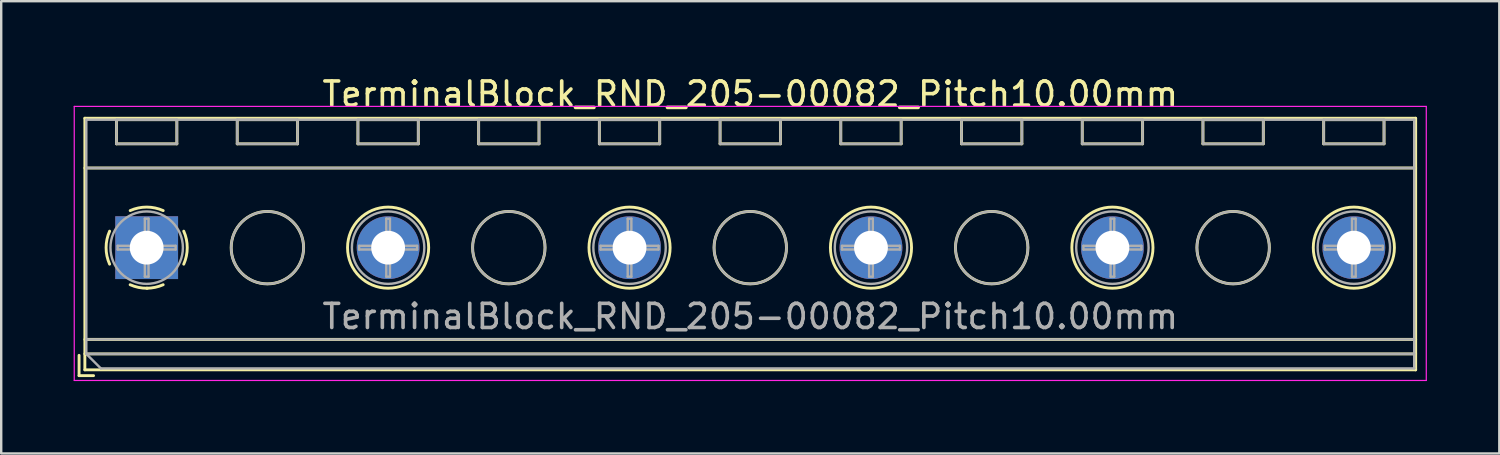
<source format=kicad_pcb>
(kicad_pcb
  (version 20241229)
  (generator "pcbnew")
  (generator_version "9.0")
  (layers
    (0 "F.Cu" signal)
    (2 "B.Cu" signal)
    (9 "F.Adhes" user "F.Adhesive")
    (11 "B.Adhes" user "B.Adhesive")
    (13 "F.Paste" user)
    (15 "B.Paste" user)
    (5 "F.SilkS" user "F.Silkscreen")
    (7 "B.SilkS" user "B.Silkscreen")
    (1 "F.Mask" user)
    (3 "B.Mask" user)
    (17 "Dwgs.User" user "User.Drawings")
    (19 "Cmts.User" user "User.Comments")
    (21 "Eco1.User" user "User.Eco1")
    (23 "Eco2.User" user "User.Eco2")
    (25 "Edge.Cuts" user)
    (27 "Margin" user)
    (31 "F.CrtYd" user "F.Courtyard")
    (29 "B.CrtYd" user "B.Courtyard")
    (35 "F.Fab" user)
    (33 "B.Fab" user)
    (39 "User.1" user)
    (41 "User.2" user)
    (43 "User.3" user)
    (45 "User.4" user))
  (footprint "TerminalBlock_RND_205-00082_Pitch10.00mm"
    (layer "F.Cu")
    (at 3.025 7.208)
    (property "Reference" "TerminalBlock_RND_205-00082_Pitch10.00mm" (at 25 -6.36 0) (layer "F.SilkS") (effects (font (size 1 1) (thickness 0.15))))
    (attr through_hole)
    (fp_line (start -2.8 4.46) (end -2.8 5.3) (stroke (width 0.12) (type solid)) (layer "F.SilkS"))
    (fp_line (start -2.8 5.3) (end -2.2 5.3) (stroke (width 0.12) (type solid)) (layer "F.SilkS"))
    (fp_line (start -2.56 -5.36) (end -2.56 5.06) (stroke (width 0.12) (type solid)) (layer "F.SilkS"))
    (fp_line (start -2.56 -3.3) (end 52.56 -3.3) (stroke (width 0.12) (type solid)) (layer "F.SilkS"))
    (fp_line (start -2.56 3.8) (end 52.56 3.8) (stroke (width 0.12) (type solid)) (layer "F.SilkS"))
    (fp_line (start -2.56 4.4) (end 52.56 4.4) (stroke (width 0.12) (type solid)) (layer "F.SilkS"))
    (fp_line (start -2.56 5.06) (end 52.56 5.06) (stroke (width 0.12) (type solid)) (layer "F.SilkS"))
    (fp_line (start -1.25 -5.301) (end -1.25 -4.301) (stroke (width 0.12) (type solid)) (layer "F.SilkS"))
    (fp_line (start -1.25 -5.301) (end 1.25 -5.301) (stroke (width 0.12) (type solid)) (layer "F.SilkS"))
    (fp_line (start -1.25 -4.301) (end 1.25 -4.301) (stroke (width 0.12) (type solid)) (layer "F.SilkS"))
    (fp_line (start 1.25 -5.301) (end 1.25 -4.301) (stroke (width 0.12) (type solid)) (layer "F.SilkS"))
    (fp_line (start 3.75 -5.301) (end 3.75 -4.301) (stroke (width 0.12) (type solid)) (layer "F.SilkS"))
    (fp_line (start 3.75 -5.301) (end 6.25 -5.301) (stroke (width 0.12) (type solid)) (layer "F.SilkS"))
    (fp_line (start 3.75 -4.301) (end 6.25 -4.301) (stroke (width 0.12) (type solid)) (layer "F.SilkS"))
    (fp_line (start 6.25 -5.301) (end 6.25 -4.301) (stroke (width 0.12) (type solid)) (layer "F.SilkS"))
    (fp_line (start 8.75 -5.301) (end 8.75 -4.301) (stroke (width 0.12) (type solid)) (layer "F.SilkS"))
    (fp_line (start 8.75 -5.301) (end 11.25 -5.301) (stroke (width 0.12) (type solid)) (layer "F.SilkS"))
    (fp_line (start 8.75 -4.301) (end 11.25 -4.301) (stroke (width 0.12) (type solid)) (layer "F.SilkS"))
    (fp_line (start 11.25 -5.301) (end 11.25 -4.301) (stroke (width 0.12) (type solid)) (layer "F.SilkS"))
    (fp_line (start 13.75 -5.301) (end 13.75 -4.301) (stroke (width 0.12) (type solid)) (layer "F.SilkS"))
    (fp_line (start 13.75 -5.301) (end 16.25 -5.301) (stroke (width 0.12) (type solid)) (layer "F.SilkS"))
    (fp_line (start 13.75 -4.301) (end 16.25 -4.301) (stroke (width 0.12) (type solid)) (layer "F.SilkS"))
    (fp_line (start 16.25 -5.301) (end 16.25 -4.301) (stroke (width 0.12) (type solid)) (layer "F.SilkS"))
    (fp_line (start 18.75 -5.301) (end 18.75 -4.301) (stroke (width 0.12) (type solid)) (layer "F.SilkS"))
    (fp_line (start 18.75 -5.301) (end 21.25 -5.301) (stroke (width 0.12) (type solid)) (layer "F.SilkS"))
    (fp_line (start 18.75 -4.301) (end 21.25 -4.301) (stroke (width 0.12) (type solid)) (layer "F.SilkS"))
    (fp_line (start 21.25 -5.301) (end 21.25 -4.301) (stroke (width 0.12) (type solid)) (layer "F.SilkS"))
    (fp_line (start 23.75 -5.301) (end 23.75 -4.301) (stroke (width 0.12) (type solid)) (layer "F.SilkS"))
    (fp_line (start 23.75 -5.301) (end 26.25 -5.301) (stroke (width 0.12) (type solid)) (layer "F.SilkS"))
    (fp_line (start 23.75 -4.301) (end 26.25 -4.301) (stroke (width 0.12) (type solid)) (layer "F.SilkS"))
    (fp_line (start 26.25 -5.301) (end 26.25 -4.301) (stroke (width 0.12) (type solid)) (layer "F.SilkS"))
    (fp_line (start 28.75 -5.301) (end 28.75 -4.301) (stroke (width 0.12) (type solid)) (layer "F.SilkS"))
    (fp_line (start 28.75 -5.301) (end 31.25 -5.301) (stroke (width 0.12) (type solid)) (layer "F.SilkS"))
    (fp_line (start 28.75 -4.301) (end 31.25 -4.301) (stroke (width 0.12) (type solid)) (layer "F.SilkS"))
    (fp_line (start 31.25 -5.301) (end 31.25 -4.301) (stroke (width 0.12) (type solid)) (layer "F.SilkS"))
    (fp_line (start 33.75 -5.301) (end 33.75 -4.301) (stroke (width 0.12) (type solid)) (layer "F.SilkS"))
    (fp_line (start 33.75 -5.301) (end 36.25 -5.301) (stroke (width 0.12) (type solid)) (layer "F.SilkS"))
    (fp_line (start 33.75 -4.301) (end 36.25 -4.301) (stroke (width 0.12) (type solid)) (layer "F.SilkS"))
    (fp_line (start 36.25 -5.301) (end 36.25 -4.301) (stroke (width 0.12) (type solid)) (layer "F.SilkS"))
    (fp_line (start 38.75 -5.301) (end 38.75 -4.301) (stroke (width 0.12) (type solid)) (layer "F.SilkS"))
    (fp_line (start 38.75 -5.301) (end 41.25 -5.301) (stroke (width 0.12) (type solid)) (layer "F.SilkS"))
    (fp_line (start 38.75 -4.301) (end 41.25 -4.301) (stroke (width 0.12) (type solid)) (layer "F.SilkS"))
    (fp_line (start 41.25 -5.301) (end 41.25 -4.301) (stroke (width 0.12) (type solid)) (layer "F.SilkS"))
    (fp_line (start 43.75 -5.301) (end 43.75 -4.301) (stroke (width 0.12) (type solid)) (layer "F.SilkS"))
    (fp_line (start 43.75 -5.301) (end 46.25 -5.301) (stroke (width 0.12) (type solid)) (layer "F.SilkS"))
    (fp_line (start 43.75 -4.301) (end 46.25 -4.301) (stroke (width 0.12) (type solid)) (layer "F.SilkS"))
    (fp_line (start 46.25 -5.301) (end 46.25 -4.301) (stroke (width 0.12) (type solid)) (layer "F.SilkS"))
    (fp_line (start 48.75 -5.301) (end 48.75 -4.301) (stroke (width 0.12) (type solid)) (layer "F.SilkS"))
    (fp_line (start 48.75 -5.301) (end 51.25 -5.301) (stroke (width 0.12) (type solid)) (layer "F.SilkS"))
    (fp_line (start 48.75 -4.301) (end 51.25 -4.301) (stroke (width 0.12) (type solid)) (layer "F.SilkS"))
    (fp_line (start 51.25 -5.301) (end 51.25 -4.301) (stroke (width 0.12) (type solid)) (layer "F.SilkS"))
    (fp_line (start 52.56 -5.36) (end -2.56 -5.36) (stroke (width 0.12) (type solid)) (layer "F.SilkS"))
    (fp_line (start 52.56 5.06) (end 52.56 -5.36) (stroke (width 0.12) (type solid)) (layer "F.SilkS"))
    (fp_arc (start -1.535427 0.683042) (mid -1.680501 -0.000524) (end -1.535 -0.684) (stroke (width 0.12) (type solid)) (layer "F.SilkS"))
    (fp_arc (start -0.683042 -1.535427) (mid 0.000524 -1.680501) (end 0.684 -1.535) (stroke (width 0.12) (type solid)) (layer "F.SilkS"))
    (fp_arc (start 0.028805 1.680253) (mid -0.335551 1.646659) (end -0.684 1.535) (stroke (width 0.12) (type solid)) (layer "F.SilkS"))
    (fp_arc (start 0.683318 1.534756) (mid 0.349292 1.643288) (end 0 1.68) (stroke (width 0.12) (type solid)) (layer "F.SilkS"))
    (fp_arc (start 1.535427 -0.683042) (mid 1.680501 0.000524) (end 1.535 0.684) (stroke (width 0.12) (type solid)) (layer "F.SilkS"))
    (fp_circle (center 5 0) (end 6.5 0) (stroke (width 0.12) (type solid)) (fill no) (layer "F.SilkS"))
    (fp_circle (center 10 0) (end 11.68 0) (stroke (width 0.12) (type solid)) (fill no) (layer "F.SilkS"))
    (fp_circle (center 15 0) (end 16.5 0) (stroke (width 0.12) (type solid)) (fill no) (layer "F.SilkS"))
    (fp_circle (center 20 0) (end 21.68 0) (stroke (width 0.12) (type solid)) (fill no) (layer "F.SilkS"))
    (fp_circle (center 25 0) (end 26.5 0) (stroke (width 0.12) (type solid)) (fill no) (layer "F.SilkS"))
    (fp_circle (center 30 0) (end 31.68 0) (stroke (width 0.12) (type solid)) (fill no) (layer "F.SilkS"))
    (fp_circle (center 35 0) (end 36.5 0) (stroke (width 0.12) (type solid)) (fill no) (layer "F.SilkS"))
    (fp_circle (center 40 0) (end 41.68 0) (stroke (width 0.12) (type solid)) (fill no) (layer "F.SilkS"))
    (fp_circle (center 45 0) (end 46.5 0) (stroke (width 0.12) (type solid)) (fill no) (layer "F.SilkS"))
    (fp_circle (center 50 0) (end 51.68 0) (stroke (width 0.12) (type solid)) (fill no) (layer "F.SilkS"))
    (fp_line (start -3 -5.85) (end -3 5.5) (stroke (width 0.05) (type solid)) (layer "F.CrtYd"))
    (fp_line (start -3 5.5) (end 53 5.5) (stroke (width 0.05) (type solid)) (layer "F.CrtYd"))
    (fp_line (start 53 -5.85) (end -3 -5.85) (stroke (width 0.05) (type solid)) (layer "F.CrtYd"))
    (fp_line (start 53 5.5) (end 53 -5.85) (stroke (width 0.05) (type solid)) (layer "F.CrtYd"))
    (fp_line (start -2.5 -5.3) (end 52.5 -5.3) (stroke (width 0.1) (type solid)) (layer "F.Fab"))
    (fp_line (start -2.5 -3.3) (end 52.5 -3.3) (stroke (width 0.1) (type solid)) (layer "F.Fab"))
    (fp_line (start -2.5 3.8) (end 52.5 3.8) (stroke (width 0.1) (type solid)) (layer "F.Fab"))
    (fp_line (start -2.5 4.4) (end -2.5 -5.3) (stroke (width 0.1) (type solid)) (layer "F.Fab"))
    (fp_line (start -2.5 4.4) (end 52.5 4.4) (stroke (width 0.1) (type solid)) (layer "F.Fab"))
    (fp_line (start -1.9 5) (end -2.5 4.4) (stroke (width 0.1) (type solid)) (layer "F.Fab"))
    (fp_line (start -1.25 -5.3) (end -1.25 -4.3) (stroke (width 0.1) (type solid)) (layer "F.Fab"))
    (fp_line (start -1.25 -4.3) (end 1.25 -4.3) (stroke (width 0.1) (type solid)) (layer "F.Fab"))
    (fp_line (start -1.201 -0.076) (end -0.076 -0.076) (stroke (width 0.1) (type solid)) (layer "F.Fab"))
    (fp_line (start -1.201 0.076) (end -1.201 -0.076) (stroke (width 0.1) (type solid)) (layer "F.Fab"))
    (fp_line (start -0.076 -1.201) (end 0.076 -1.201) (stroke (width 0.1) (type solid)) (layer "F.Fab"))
    (fp_line (start -0.076 -0.076) (end -0.076 -1.201) (stroke (width 0.1) (type solid)) (layer "F.Fab"))
    (fp_line (start -0.076 0.076) (end -1.201 0.076) (stroke (width 0.1) (type solid)) (layer "F.Fab"))
    (fp_line (start -0.076 1.201) (end -0.076 0.076) (stroke (width 0.1) (type solid)) (layer "F.Fab"))
    (fp_line (start 0.076 -1.201) (end 0.076 -0.076) (stroke (width 0.1) (type solid)) (layer "F.Fab"))
    (fp_line (start 0.076 -0.076) (end 1.201 -0.076) (stroke (width 0.1) (type solid)) (layer "F.Fab"))
    (fp_line (start 0.076 0.076) (end 0.076 1.201) (stroke (width 0.1) (type solid)) (layer "F.Fab"))
    (fp_line (start 0.076 1.201) (end -0.076 1.201) (stroke (width 0.1) (type solid)) (layer "F.Fab"))
    (fp_line (start 1.201 -0.076) (end 1.201 0.076) (stroke (width 0.1) (type solid)) (layer "F.Fab"))
    (fp_line (start 1.201 0.076) (end 0.076 0.076) (stroke (width 0.1) (type solid)) (layer "F.Fab"))
    (fp_line (start 1.25 -5.3) (end -1.25 -5.3) (stroke (width 0.1) (type solid)) (layer "F.Fab"))
    (fp_line (start 1.25 -4.3) (end 1.25 -5.3) (stroke (width 0.1) (type solid)) (layer "F.Fab"))
    (fp_line (start 3.75 -5.3) (end 3.75 -4.3) (stroke (width 0.1) (type solid)) (layer "F.Fab"))
    (fp_line (start 3.75 -4.3) (end 6.25 -4.3) (stroke (width 0.1) (type solid)) (layer "F.Fab"))
    (fp_line (start 6.25 -5.3) (end 3.75 -5.3) (stroke (width 0.1) (type solid)) (layer "F.Fab"))
    (fp_line (start 6.25 -4.3) (end 6.25 -5.3) (stroke (width 0.1) (type solid)) (layer "F.Fab"))
    (fp_line (start 8.75 -5.3) (end 8.75 -4.3) (stroke (width 0.1) (type solid)) (layer "F.Fab"))
    (fp_line (start 8.75 -4.3) (end 11.25 -4.3) (stroke (width 0.1) (type solid)) (layer "F.Fab"))
    (fp_line (start 8.799 -0.076) (end 9.924 -0.076) (stroke (width 0.1) (type solid)) (layer "F.Fab"))
    (fp_line (start 8.799 0.076) (end 8.799 -0.076) (stroke (width 0.1) (type solid)) (layer "F.Fab"))
    (fp_line (start 9.924 -1.201) (end 10.076 -1.201) (stroke (width 0.1) (type solid)) (layer "F.Fab"))
    (fp_line (start 9.924 -0.076) (end 9.924 -1.201) (stroke (width 0.1) (type solid)) (layer "F.Fab"))
    (fp_line (start 9.924 0.076) (end 8.799 0.076) (stroke (width 0.1) (type solid)) (layer "F.Fab"))
    (fp_line (start 9.924 1.201) (end 9.924 0.076) (stroke (width 0.1) (type solid)) (layer "F.Fab"))
    (fp_line (start 10.076 -1.201) (end 10.076 -0.076) (stroke (width 0.1) (type solid)) (layer "F.Fab"))
    (fp_line (start 10.076 -0.076) (end 11.201 -0.076) (stroke (width 0.1) (type solid)) (layer "F.Fab"))
    (fp_line (start 10.076 0.076) (end 10.076 1.201) (stroke (width 0.1) (type solid)) (layer "F.Fab"))
    (fp_line (start 10.076 1.201) (end 9.924 1.201) (stroke (width 0.1) (type solid)) (layer "F.Fab"))
    (fp_line (start 11.201 -0.076) (end 11.201 0.076) (stroke (width 0.1) (type solid)) (layer "F.Fab"))
    (fp_line (start 11.201 0.076) (end 10.076 0.076) (stroke (width 0.1) (type solid)) (layer "F.Fab"))
    (fp_line (start 11.25 -5.3) (end 8.75 -5.3) (stroke (width 0.1) (type solid)) (layer "F.Fab"))
    (fp_line (start 11.25 -4.3) (end 11.25 -5.3) (stroke (width 0.1) (type solid)) (layer "F.Fab"))
    (fp_line (start 13.75 -5.3) (end 13.75 -4.3) (stroke (width 0.1) (type solid)) (layer "F.Fab"))
    (fp_line (start 13.75 -4.3) (end 16.25 -4.3) (stroke (width 0.1) (type solid)) (layer "F.Fab"))
    (fp_line (start 16.25 -5.3) (end 13.75 -5.3) (stroke (width 0.1) (type solid)) (layer "F.Fab"))
    (fp_line (start 16.25 -4.3) (end 16.25 -5.3) (stroke (width 0.1) (type solid)) (layer "F.Fab"))
    (fp_line (start 18.75 -5.3) (end 18.75 -4.3) (stroke (width 0.1) (type solid)) (layer "F.Fab"))
    (fp_line (start 18.75 -4.3) (end 21.25 -4.3) (stroke (width 0.1) (type solid)) (layer "F.Fab"))
    (fp_line (start 18.799 -0.076) (end 19.924 -0.076) (stroke (width 0.1) (type solid)) (layer "F.Fab"))
    (fp_line (start 18.799 0.076) (end 18.799 -0.076) (stroke (width 0.1) (type solid)) (layer "F.Fab"))
    (fp_line (start 19.924 -1.201) (end 20.076 -1.201) (stroke (width 0.1) (type solid)) (layer "F.Fab"))
    (fp_line (start 19.924 -0.076) (end 19.924 -1.201) (stroke (width 0.1) (type solid)) (layer "F.Fab"))
    (fp_line (start 19.924 0.076) (end 18.799 0.076) (stroke (width 0.1) (type solid)) (layer "F.Fab"))
    (fp_line (start 19.924 1.201) (end 19.924 0.076) (stroke (width 0.1) (type solid)) (layer "F.Fab"))
    (fp_line (start 20.076 -1.201) (end 20.076 -0.076) (stroke (width 0.1) (type solid)) (layer "F.Fab"))
    (fp_line (start 20.076 -0.076) (end 21.201 -0.076) (stroke (width 0.1) (type solid)) (layer "F.Fab"))
    (fp_line (start 20.076 0.076) (end 20.076 1.201) (stroke (width 0.1) (type solid)) (layer "F.Fab"))
    (fp_line (start 20.076 1.201) (end 19.924 1.201) (stroke (width 0.1) (type solid)) (layer "F.Fab"))
    (fp_line (start 21.201 -0.076) (end 21.201 0.076) (stroke (width 0.1) (type solid)) (layer "F.Fab"))
    (fp_line (start 21.201 0.076) (end 20.076 0.076) (stroke (width 0.1) (type solid)) (layer "F.Fab"))
    (fp_line (start 21.25 -5.3) (end 18.75 -5.3) (stroke (width 0.1) (type solid)) (layer "F.Fab"))
    (fp_line (start 21.25 -4.3) (end 21.25 -5.3) (stroke (width 0.1) (type solid)) (layer "F.Fab"))
    (fp_line (start 23.75 -5.3) (end 23.75 -4.3) (stroke (width 0.1) (type solid)) (layer "F.Fab"))
    (fp_line (start 23.75 -4.3) (end 26.25 -4.3) (stroke (width 0.1) (type solid)) (layer "F.Fab"))
    (fp_line (start 26.25 -5.3) (end 23.75 -5.3) (stroke (width 0.1) (type solid)) (layer "F.Fab"))
    (fp_line (start 26.25 -4.3) (end 26.25 -5.3) (stroke (width 0.1) (type solid)) (layer "F.Fab"))
    (fp_line (start 28.75 -5.3) (end 28.75 -4.3) (stroke (width 0.1) (type solid)) (layer "F.Fab"))
    (fp_line (start 28.75 -4.3) (end 31.25 -4.3) (stroke (width 0.1) (type solid)) (layer "F.Fab"))
    (fp_line (start 28.799 -0.076) (end 29.924 -0.076) (stroke (width 0.1) (type solid)) (layer "F.Fab"))
    (fp_line (start 28.799 0.076) (end 28.799 -0.076) (stroke (width 0.1) (type solid)) (layer "F.Fab"))
    (fp_line (start 29.924 -1.201) (end 30.076 -1.201) (stroke (width 0.1) (type solid)) (layer "F.Fab"))
    (fp_line (start 29.924 -0.076) (end 29.924 -1.201) (stroke (width 0.1) (type solid)) (layer "F.Fab"))
    (fp_line (start 29.924 0.076) (end 28.799 0.076) (stroke (width 0.1) (type solid)) (layer "F.Fab"))
    (fp_line (start 29.924 1.201) (end 29.924 0.076) (stroke (width 0.1) (type solid)) (layer "F.Fab"))
    (fp_line (start 30.076 -1.201) (end 30.076 -0.076) (stroke (width 0.1) (type solid)) (layer "F.Fab"))
    (fp_line (start 30.076 -0.076) (end 31.201 -0.076) (stroke (width 0.1) (type solid)) (layer "F.Fab"))
    (fp_line (start 30.076 0.076) (end 30.076 1.201) (stroke (width 0.1) (type solid)) (layer "F.Fab"))
    (fp_line (start 30.076 1.201) (end 29.924 1.201) (stroke (width 0.1) (type solid)) (layer "F.Fab"))
    (fp_line (start 31.201 -0.076) (end 31.201 0.076) (stroke (width 0.1) (type solid)) (layer "F.Fab"))
    (fp_line (start 31.201 0.076) (end 30.076 0.076) (stroke (width 0.1) (type solid)) (layer "F.Fab"))
    (fp_line (start 31.25 -5.3) (end 28.75 -5.3) (stroke (width 0.1) (type solid)) (layer "F.Fab"))
    (fp_line (start 31.25 -4.3) (end 31.25 -5.3) (stroke (width 0.1) (type solid)) (layer "F.Fab"))
    (fp_line (start 33.75 -5.3) (end 33.75 -4.3) (stroke (width 0.1) (type solid)) (layer "F.Fab"))
    (fp_line (start 33.75 -4.3) (end 36.25 -4.3) (stroke (width 0.1) (type solid)) (layer "F.Fab"))
    (fp_line (start 36.25 -5.3) (end 33.75 -5.3) (stroke (width 0.1) (type solid)) (layer "F.Fab"))
    (fp_line (start 36.25 -4.3) (end 36.25 -5.3) (stroke (width 0.1) (type solid)) (layer "F.Fab"))
    (fp_line (start 38.75 -5.3) (end 38.75 -4.3) (stroke (width 0.1) (type solid)) (layer "F.Fab"))
    (fp_line (start 38.75 -4.3) (end 41.25 -4.3) (stroke (width 0.1) (type solid)) (layer "F.Fab"))
    (fp_line (start 38.799 -0.076) (end 39.924 -0.076) (stroke (width 0.1) (type solid)) (layer "F.Fab"))
    (fp_line (start 38.799 0.076) (end 38.799 -0.076) (stroke (width 0.1) (type solid)) (layer "F.Fab"))
    (fp_line (start 39.924 -1.201) (end 40.076 -1.201) (stroke (width 0.1) (type solid)) (layer "F.Fab"))
    (fp_line (start 39.924 -0.076) (end 39.924 -1.201) (stroke (width 0.1) (type solid)) (layer "F.Fab"))
    (fp_line (start 39.924 0.076) (end 38.799 0.076) (stroke (width 0.1) (type solid)) (layer "F.Fab"))
    (fp_line (start 39.924 1.201) (end 39.924 0.076) (stroke (width 0.1) (type solid)) (layer "F.Fab"))
    (fp_line (start 40.076 -1.201) (end 40.076 -0.076) (stroke (width 0.1) (type solid)) (layer "F.Fab"))
    (fp_line (start 40.076 -0.076) (end 41.201 -0.076) (stroke (width 0.1) (type solid)) (layer "F.Fab"))
    (fp_line (start 40.076 0.076) (end 40.076 1.201) (stroke (width 0.1) (type solid)) (layer "F.Fab"))
    (fp_line (start 40.076 1.201) (end 39.924 1.201) (stroke (width 0.1) (type solid)) (layer "F.Fab"))
    (fp_line (start 41.201 -0.076) (end 41.201 0.076) (stroke (width 0.1) (type solid)) (layer "F.Fab"))
    (fp_line (start 41.201 0.076) (end 40.076 0.076) (stroke (width 0.1) (type solid)) (layer "F.Fab"))
    (fp_line (start 41.25 -5.3) (end 38.75 -5.3) (stroke (width 0.1) (type solid)) (layer "F.Fab"))
    (fp_line (start 41.25 -4.3) (end 41.25 -5.3) (stroke (width 0.1) (type solid)) (layer "F.Fab"))
    (fp_line (start 43.75 -5.3) (end 43.75 -4.3) (stroke (width 0.1) (type solid)) (layer "F.Fab"))
    (fp_line (start 43.75 -4.3) (end 46.25 -4.3) (stroke (width 0.1) (type solid)) (layer "F.Fab"))
    (fp_line (start 46.25 -5.3) (end 43.75 -5.3) (stroke (width 0.1) (type solid)) (layer "F.Fab"))
    (fp_line (start 46.25 -4.3) (end 46.25 -5.3) (stroke (width 0.1) (type solid)) (layer "F.Fab"))
    (fp_line (start 48.75 -5.3) (end 48.75 -4.3) (stroke (width 0.1) (type solid)) (layer "F.Fab"))
    (fp_line (start 48.75 -4.3) (end 51.25 -4.3) (stroke (width 0.1) (type solid)) (layer "F.Fab"))
    (fp_line (start 48.799 -0.076) (end 49.924 -0.076) (stroke (width 0.1) (type solid)) (layer "F.Fab"))
    (fp_line (start 48.799 0.076) (end 48.799 -0.076) (stroke (width 0.1) (type solid)) (layer "F.Fab"))
    (fp_line (start 49.924 -1.201) (end 50.076 -1.201) (stroke (width 0.1) (type solid)) (layer "F.Fab"))
    (fp_line (start 49.924 -0.076) (end 49.924 -1.201) (stroke (width 0.1) (type solid)) (layer "F.Fab"))
    (fp_line (start 49.924 0.076) (end 48.799 0.076) (stroke (width 0.1) (type solid)) (layer "F.Fab"))
    (fp_line (start 49.924 1.201) (end 49.924 0.076) (stroke (width 0.1) (type solid)) (layer "F.Fab"))
    (fp_line (start 50.076 -1.201) (end 50.076 -0.076) (stroke (width 0.1) (type solid)) (layer "F.Fab"))
    (fp_line (start 50.076 -0.076) (end 51.201 -0.076) (stroke (width 0.1) (type solid)) (layer "F.Fab"))
    (fp_line (start 50.076 0.076) (end 50.076 1.201) (stroke (width 0.1) (type solid)) (layer "F.Fab"))
    (fp_line (start 50.076 1.201) (end 49.924 1.201) (stroke (width 0.1) (type solid)) (layer "F.Fab"))
    (fp_line (start 51.201 -0.076) (end 51.201 0.076) (stroke (width 0.1) (type solid)) (layer "F.Fab"))
    (fp_line (start 51.201 0.076) (end 50.076 0.076) (stroke (width 0.1) (type solid)) (layer "F.Fab"))
    (fp_line (start 51.25 -5.3) (end 48.75 -5.3) (stroke (width 0.1) (type solid)) (layer "F.Fab"))
    (fp_line (start 51.25 -4.3) (end 51.25 -5.3) (stroke (width 0.1) (type solid)) (layer "F.Fab"))
    (fp_line (start 52.5 -5.3) (end 52.5 5) (stroke (width 0.1) (type solid)) (layer "F.Fab"))
    (fp_line (start 52.5 5) (end -1.9 5) (stroke (width 0.1) (type solid)) (layer "F.Fab"))
    (fp_circle (center 0 0) (end 1.5 0) (stroke (width 0.1) (type solid)) (fill no) (layer "F.Fab"))
    (fp_circle (center 5 0) (end 6.5 0) (stroke (width 0.1) (type solid)) (fill no) (layer "F.Fab"))
    (fp_circle (center 10 0) (end 11.5 0) (stroke (width 0.1) (type solid)) (fill no) (layer "F.Fab"))
    (fp_circle (center 15 0) (end 16.5 0) (stroke (width 0.1) (type solid)) (fill no) (layer "F.Fab"))
    (fp_circle (center 20 0) (end 21.5 0) (stroke (width 0.1) (type solid)) (fill no) (layer "F.Fab"))
    (fp_circle (center 25 0) (end 26.5 0) (stroke (width 0.1) (type solid)) (fill no) (layer "F.Fab"))
    (fp_circle (center 30 0) (end 31.5 0) (stroke (width 0.1) (type solid)) (fill no) (layer "F.Fab"))
    (fp_circle (center 35 0) (end 36.5 0) (stroke (width 0.1) (type solid)) (fill no) (layer "F.Fab"))
    (fp_circle (center 40 0) (end 41.5 0) (stroke (width 0.1) (type solid)) (fill no) (layer "F.Fab"))
    (fp_circle (center 45 0) (end 46.5 0) (stroke (width 0.1) (type solid)) (fill no) (layer "F.Fab"))
    (fp_circle (center 50 0) (end 51.5 0) (stroke (width 0.1) (type solid)) (fill no) (layer "F.Fab"))
    (fp_text user "${REFERENCE}" (at 25 2.85 0) (layer "F.Fab") (effects (font (size 1 1) (thickness 0.15))))
    (pad "1" thru_hole rect (at 0 0) (size 2.6 2.6) (drill 1.4) (layers "*.Cu" "*.Mask"))
    (pad "2" thru_hole circle (at 10 0) (size 2.6 2.6) (drill 1.4) (layers "*.Cu" "*.Mask"))
    (pad "3" thru_hole circle (at 20 0) (size 2.6 2.6) (drill 1.4) (layers "*.Cu" "*.Mask"))
    (pad "4" thru_hole circle (at 30 0) (size 2.6 2.6) (drill 1.4) (layers "*.Cu" "*.Mask"))
    (pad "5" thru_hole circle (at 40 0) (size 2.6 2.6) (drill 1.4) (layers "*.Cu" "*.Mask"))
    (pad "6" thru_hole circle (at 50 0) (size 2.6 2.6) (drill 1.4) (layers "*.Cu" "*.Mask")))
  (gr_rect
    (start -3 -3)
    (end 59.05 15.733)
    (stroke (width 0.1) (type default))
    (fill no)
    (layer "Edge.Cuts")))
</source>
